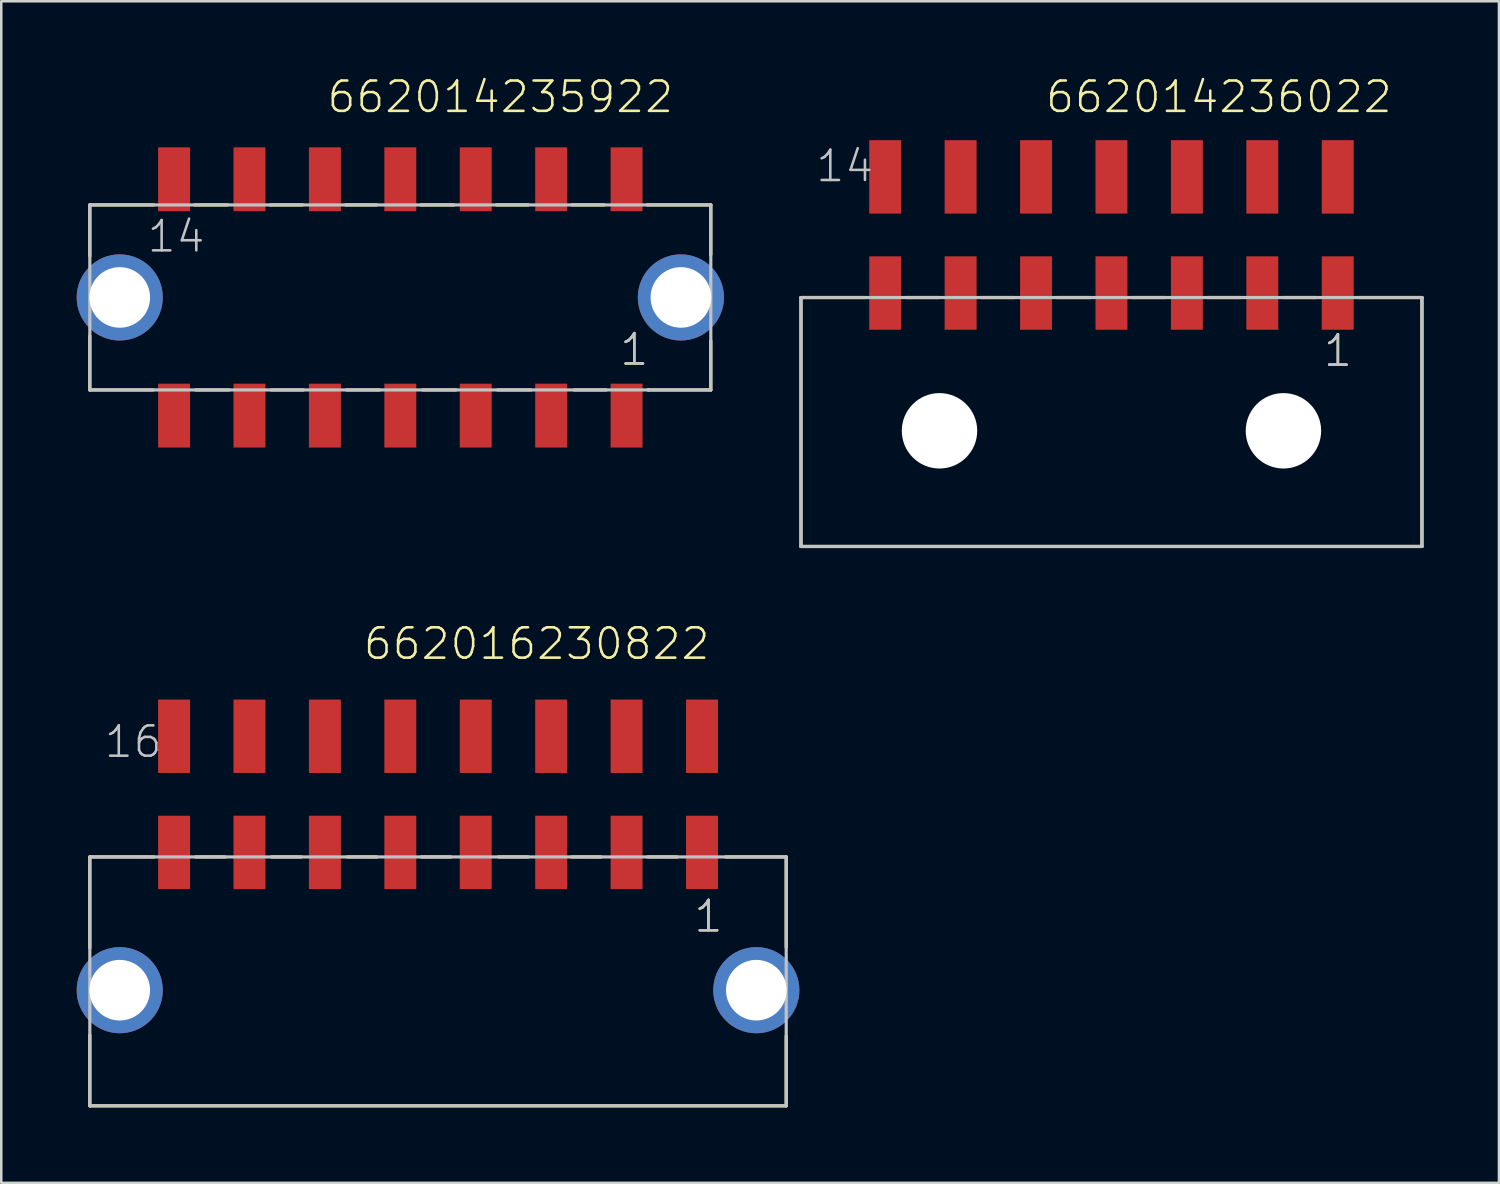
<source format=kicad_pcb>
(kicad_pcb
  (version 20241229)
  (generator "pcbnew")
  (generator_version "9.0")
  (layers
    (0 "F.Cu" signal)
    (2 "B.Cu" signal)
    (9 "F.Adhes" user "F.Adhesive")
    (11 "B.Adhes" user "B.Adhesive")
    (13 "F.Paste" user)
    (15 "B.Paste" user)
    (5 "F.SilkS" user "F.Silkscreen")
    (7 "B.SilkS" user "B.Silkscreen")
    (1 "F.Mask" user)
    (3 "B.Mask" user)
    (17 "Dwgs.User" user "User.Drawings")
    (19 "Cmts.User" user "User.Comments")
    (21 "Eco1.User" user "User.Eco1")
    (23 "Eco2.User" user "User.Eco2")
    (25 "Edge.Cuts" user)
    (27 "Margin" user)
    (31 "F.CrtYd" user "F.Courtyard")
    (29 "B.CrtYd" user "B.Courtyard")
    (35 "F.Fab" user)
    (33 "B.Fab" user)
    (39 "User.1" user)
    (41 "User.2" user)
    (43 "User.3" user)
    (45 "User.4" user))
  (footprint "662016230822"
    (layer "F.Cu")
    (at 14.373 36.336)
    (property "Reference" "662016230822" (at -3.035 -13.075 0) (layer "F.SilkS") (effects (font (size 1.206 1.206) (thickness 0.102)) (justify left bottom)))
    (attr through_hole)
    (fp_line (start -13.85 -5.3) (end -13.85 -1.68) (stroke (width 0.127) (type solid)) (layer "F.SilkS"))
    (fp_line (start -13.85 1.79) (end -13.85 4.6) (stroke (width 0.127) (type solid)) (layer "F.SilkS"))
    (fp_line (start -13.85 4.6) (end 13.85 4.6) (stroke (width 0.127) (type solid)) (layer "F.SilkS"))
    (fp_line (start -11.3 -5.3) (end -13.85 -5.3) (stroke (width 0.127) (type solid)) (layer "F.SilkS"))
    (fp_line (start -9.64 -5.3) (end -8.46 -5.3) (stroke (width 0.127) (type solid)) (layer "F.SilkS"))
    (fp_line (start -6.62 -5.3) (end -5.44 -5.3) (stroke (width 0.127) (type solid)) (layer "F.SilkS"))
    (fp_line (start -3.61 -5.3) (end -2.43 -5.3) (stroke (width 0.127) (type solid)) (layer "F.SilkS"))
    (fp_line (start -0.67 -5.3) (end 0.51 -5.3) (stroke (width 0.127) (type solid)) (layer "F.SilkS"))
    (fp_line (start 2.41 -5.3) (end 3.59 -5.3) (stroke (width 0.127) (type solid)) (layer "F.SilkS"))
    (fp_line (start 5.31 -5.3) (end 6.49 -5.3) (stroke (width 0.127) (type solid)) (layer "F.SilkS"))
    (fp_line (start 8.34 -5.3) (end 9.52 -5.3) (stroke (width 0.127) (type solid)) (layer "F.SilkS"))
    (fp_line (start 11.44 -5.3) (end 13.85 -5.3) (stroke (width 0.127) (type solid)) (layer "F.SilkS"))
    (fp_line (start 13.85 -5.3) (end 13.85 -1.71) (stroke (width 0.127) (type solid)) (layer "F.SilkS"))
    (fp_line (start 13.85 4.6) (end 13.85 1.82) (stroke (width 0.127) (type solid)) (layer "F.SilkS"))
    (fp_line (start -13.85 -5.3) (end 13.85 -5.3) (stroke (width 0.127) (type solid)) (layer "Dwgs.User"))
    (fp_line (start -13.85 4.6) (end -13.85 -5.3) (stroke (width 0.127) (type solid)) (layer "Dwgs.User"))
    (fp_line (start 13.85 -5.3) (end 13.85 4.6) (stroke (width 0.127) (type solid)) (layer "Dwgs.User"))
    (fp_line (start 13.85 4.6) (end -13.85 4.6) (stroke (width 0.127) (type solid)) (layer "Dwgs.User"))
    (fp_text user "1" (at 10.115 -2.23 0) (layer "F.SilkS") (effects (font (size 1.206 1.206) (thickness 0.102)) (justify left bottom)))
    (fp_text user "1" (at 10.115 -2.23 0) (layer "Dwgs.User") (effects (font (size 1.206 1.206) (thickness 0.102)) (justify left bottom)))
    (fp_text user "16" (at -13.34 -9.175 0) (layer "Dwgs.User") (effects (font (size 1.206 1.206) (thickness 0.102)) (justify left bottom)))
    (pad "1" smd rect (at 10.5 -5.48 90) (size 2.92 1.27) (layers "F.Cu" "F.Mask" "F.Paste"))
    (pad "2" smd rect (at 7.5 -5.48 90) (size 2.92 1.27) (layers "F.Cu" "F.Mask" "F.Paste"))
    (pad "3" smd rect (at 4.5 -5.48 90) (size 2.92 1.27) (layers "F.Cu" "F.Mask" "F.Paste"))
    (pad "4" smd rect (at 1.5 -5.48 90) (size 2.92 1.27) (layers "F.Cu" "F.Mask" "F.Paste"))
    (pad "5" smd rect (at -1.5 -5.48 90) (size 2.92 1.27) (layers "F.Cu" "F.Mask" "F.Paste"))
    (pad "6" smd rect (at -4.5 -5.48 90) (size 2.92 1.27) (layers "F.Cu" "F.Mask" "F.Paste"))
    (pad "7" smd rect (at -7.5 -5.48 90) (size 2.92 1.27) (layers "F.Cu" "F.Mask" "F.Paste"))
    (pad "8" smd rect (at -10.5 -5.48 90) (size 2.92 1.27) (layers "F.Cu" "F.Mask" "F.Paste"))
    (pad "9" smd rect (at 10.5 -10.1 90) (size 2.92 1.27) (layers "F.Cu" "F.Mask" "F.Paste"))
    (pad "10" smd rect (at 7.5 -10.1 90) (size 2.92 1.27) (layers "F.Cu" "F.Mask" "F.Paste"))
    (pad "11" smd rect (at 4.5 -10.1 90) (size 2.92 1.27) (layers "F.Cu" "F.Mask" "F.Paste"))
    (pad "12" smd rect (at 1.5 -10.1 90) (size 2.92 1.27) (layers "F.Cu" "F.Mask" "F.Paste"))
    (pad "13" smd rect (at -1.5 -10.1 90) (size 2.92 1.27) (layers "F.Cu" "F.Mask" "F.Paste"))
    (pad "14" smd rect (at -4.5 -10.1 90) (size 2.92 1.27) (layers "F.Cu" "F.Mask" "F.Paste"))
    (pad "15" smd rect (at -7.5 -10.1 90) (size 2.92 1.27) (layers "F.Cu" "F.Mask" "F.Paste"))
    (pad "16" smd rect (at -10.5 -10.1 90) (size 2.92 1.27) (layers "F.Cu" "F.Mask" "F.Paste"))
    (pad "Z1" thru_hole circle (at -12.66 0) (size 3.426 3.426) (drill 2.41) (layers "*.Cu" "*.Mask"))
    (pad "Z2" thru_hole circle (at 12.66 0 90) (size 3.426 3.426) (drill 2.41) (layers "*.Cu" "*.Mask")))
  (footprint "662014235922"
    (layer "F.Cu")
    (at 12.873 8.781)
    (property "Reference" "662014235922" (at -2.98 -7.27 0) (layer "F.SilkS") (effects (font (size 1.206 1.206) (thickness 0.102)) (justify left bottom)))
    (attr through_hole)
    (fp_line (start -12.35 -3.68) (end -12.35 -1.65) (stroke (width 0.127) (type solid)) (layer "F.SilkS"))
    (fp_line (start -12.35 3.68) (end -12.35 1.53) (stroke (width 0.127) (type solid)) (layer "F.SilkS"))
    (fp_line (start -9.83 3.68) (end -12.35 3.68) (stroke (width 0.127) (type solid)) (layer "F.SilkS"))
    (fp_line (start -9.81 -3.68) (end -12.35 -3.68) (stroke (width 0.127) (type solid)) (layer "F.SilkS"))
    (fp_line (start -8.18 -3.68) (end -6.87 -3.68) (stroke (width 0.127) (type solid)) (layer "F.SilkS"))
    (fp_line (start -6.82 3.68) (end -8.14 3.68) (stroke (width 0.127) (type solid)) (layer "F.SilkS"))
    (fp_line (start -5.18 -3.68) (end -3.89 -3.68) (stroke (width 0.127) (type solid)) (layer "F.SilkS"))
    (fp_line (start -3.86 3.68) (end -5.14 3.68) (stroke (width 0.127) (type solid)) (layer "F.SilkS"))
    (fp_line (start -2.18 -3.68) (end -0.94 -3.68) (stroke (width 0.127) (type solid)) (layer "F.SilkS"))
    (fp_line (start -0.83 3.68) (end -2.14 3.68) (stroke (width 0.127) (type solid)) (layer "F.SilkS"))
    (fp_line (start 0.81 -3.68) (end 2.13 -3.68) (stroke (width 0.127) (type solid)) (layer "F.SilkS"))
    (fp_line (start 2.22 3.68) (end 0.89 3.68) (stroke (width 0.127) (type solid)) (layer "F.SilkS"))
    (fp_line (start 3.82 -3.68) (end 5.09 -3.68) (stroke (width 0.127) (type solid)) (layer "F.SilkS"))
    (fp_line (start 5.2 3.68) (end 3.87 3.68) (stroke (width 0.127) (type solid)) (layer "F.SilkS"))
    (fp_line (start 6.82 -3.68) (end 8.11 -3.68) (stroke (width 0.127) (type solid)) (layer "F.SilkS"))
    (fp_line (start 8.19 3.68) (end 6.91 3.68) (stroke (width 0.127) (type solid)) (layer "F.SilkS"))
    (fp_line (start 9.82 -3.68) (end 12.35 -3.68) (stroke (width 0.127) (type solid)) (layer "F.SilkS"))
    (fp_line (start 9.86 3.68) (end 9.86 3.67) (stroke (width 0.127) (type solid)) (layer "F.SilkS"))
    (fp_line (start 12.35 -3.68) (end 12.35 -1.7) (stroke (width 0.127) (type solid)) (layer "F.SilkS"))
    (fp_line (start 12.35 1.73) (end 12.35 3.68) (stroke (width 0.127) (type solid)) (layer "F.SilkS"))
    (fp_line (start 12.35 3.68) (end 9.86 3.68) (stroke (width 0.127) (type solid)) (layer "F.SilkS"))
    (fp_line (start -12.35 -3.68) (end 12.35 -3.68) (stroke (width 0.127) (type solid)) (layer "Dwgs.User"))
    (fp_line (start -12.35 3.68) (end -12.35 -3.68) (stroke (width 0.127) (type solid)) (layer "Dwgs.User"))
    (fp_line (start 12.35 -3.68) (end 12.35 3.68) (stroke (width 0.127) (type solid)) (layer "Dwgs.User"))
    (fp_line (start 12.35 3.68) (end -12.35 3.68) (stroke (width 0.127) (type solid)) (layer "Dwgs.User"))
    (fp_text user "1" (at 8.665 2.78 0) (layer "F.SilkS") (effects (font (size 1.206 1.206) (thickness 0.102)) (justify left bottom)))
    (fp_text user "14" (at -10.135 -1.72 0) (layer "Dwgs.User") (effects (font (size 1.206 1.206) (thickness 0.102)) (justify left bottom)))
    (fp_text user "1" (at 8.665 2.78 0) (layer "Dwgs.User") (effects (font (size 1.206 1.206) (thickness 0.102)) (justify left bottom)))
    (pad "1" smd rect (at 9 4.7 90) (size 2.54 1.27) (layers "F.Cu" "F.Mask" "F.Paste"))
    (pad "2" smd rect (at 6 4.7 90) (size 2.54 1.27) (layers "F.Cu" "F.Mask" "F.Paste"))
    (pad "3" smd rect (at 3 4.7 90) (size 2.54 1.27) (layers "F.Cu" "F.Mask" "F.Paste"))
    (pad "4" smd rect (at 0 4.7 90) (size 2.54 1.27) (layers "F.Cu" "F.Mask" "F.Paste"))
    (pad "5" smd rect (at -3 4.7 90) (size 2.54 1.27) (layers "F.Cu" "F.Mask" "F.Paste"))
    (pad "6" smd rect (at -6 4.7 90) (size 2.54 1.27) (layers "F.Cu" "F.Mask" "F.Paste"))
    (pad "7" smd rect (at -9 4.7 90) (size 2.54 1.27) (layers "F.Cu" "F.Mask" "F.Paste"))
    (pad "8" smd rect (at 9 -4.7 90) (size 2.54 1.27) (layers "F.Cu" "F.Mask" "F.Paste"))
    (pad "9" smd rect (at 6 -4.7 90) (size 2.54 1.27) (layers "F.Cu" "F.Mask" "F.Paste"))
    (pad "10" smd rect (at 3 -4.7 90) (size 2.54 1.27) (layers "F.Cu" "F.Mask" "F.Paste"))
    (pad "11" smd rect (at 0 -4.7 90) (size 2.54 1.27) (layers "F.Cu" "F.Mask" "F.Paste"))
    (pad "12" smd rect (at -3 -4.7 90) (size 2.54 1.27) (layers "F.Cu" "F.Mask" "F.Paste"))
    (pad "13" smd rect (at -6 -4.7 90) (size 2.54 1.27) (layers "F.Cu" "F.Mask" "F.Paste"))
    (pad "14" smd rect (at -9 -4.7 90) (size 2.54 1.27) (layers "F.Cu" "F.Mask" "F.Paste"))
    (pad "Z1" thru_hole circle (at -11.16 0) (size 3.426 3.426) (drill 2.41) (layers "*.Cu" "*.Mask"))
    (pad "Z2" thru_hole circle (at 11.16 0) (size 3.426 3.426) (drill 2.41) (layers "*.Cu" "*.Mask")))
  (footprint "662014236022"
    (layer "F.Cu")
    (at 41.16 14.086)
    (property "Reference" "662014236022" (at -2.685 -12.575 0) (layer "F.SilkS") (effects (font (size 1.206 1.206) (thickness 0.102)) (justify left bottom)))
    (attr through_hole)
    (fp_line (start -12.35 -5.3) (end -12.35 4.6) (stroke (width 0.127) (type solid)) (layer "F.SilkS"))
    (fp_line (start -12.35 4.6) (end 12.35 4.6) (stroke (width 0.127) (type solid)) (layer "F.SilkS"))
    (fp_line (start -9.8 -5.3) (end -12.35 -5.3) (stroke (width 0.127) (type solid)) (layer "F.SilkS"))
    (fp_line (start -8.17 -5.3) (end -6.86 -5.3) (stroke (width 0.127) (type solid)) (layer "F.SilkS"))
    (fp_line (start -5.17 -5.3) (end -3.86 -5.3) (stroke (width 0.127) (type solid)) (layer "F.SilkS"))
    (fp_line (start -2.17 -5.3) (end -0.86 -5.3) (stroke (width 0.127) (type solid)) (layer "F.SilkS"))
    (fp_line (start 0.82 -5.3) (end 2.13 -5.3) (stroke (width 0.127) (type solid)) (layer "F.SilkS"))
    (fp_line (start 3.82 -5.3) (end 5.13 -5.3) (stroke (width 0.127) (type solid)) (layer "F.SilkS"))
    (fp_line (start 6.82 -5.3) (end 8.13 -5.3) (stroke (width 0.127) (type solid)) (layer "F.SilkS"))
    (fp_line (start 9.83 -5.3) (end 12.35 -5.3) (stroke (width 0.127) (type solid)) (layer "F.SilkS"))
    (fp_line (start 12.35 4.6) (end 12.35 -5.3) (stroke (width 0.127) (type solid)) (layer "F.SilkS"))
    (fp_line (start -12.35 -5.3) (end 12.35 -5.3) (stroke (width 0.127) (type solid)) (layer "Dwgs.User"))
    (fp_line (start -12.35 4.6) (end -12.35 -5.3) (stroke (width 0.127) (type solid)) (layer "Dwgs.User"))
    (fp_line (start 12.35 -5.3) (end 12.35 4.6) (stroke (width 0.127) (type solid)) (layer "Dwgs.User"))
    (fp_line (start 12.35 4.6) (end -12.35 4.6) (stroke (width 0.127) (type solid)) (layer "Dwgs.User"))
    (fp_text user "1" (at 8.365 -2.48 0) (layer "F.SilkS") (effects (font (size 1.206 1.206) (thickness 0.102)) (justify left bottom)))
    (fp_text user "14" (at -11.825 -9.825 0) (layer "Dwgs.User") (effects (font (size 1.206 1.206) (thickness 0.102)) (justify left bottom)))
    (fp_text user "1" (at 8.365 -2.48 0) (layer "Dwgs.User") (effects (font (size 1.206 1.206) (thickness 0.102)) (justify left bottom)))
    (pad "" np_thru_hole circle (at -6.84 0) (size 3 3) (drill 3) (layers "*.Cu"))
    (pad "" np_thru_hole circle (at 6.84 0) (size 3 3) (drill 3) (layers "*.Cu"))
    (pad "1" smd rect (at 9 -5.48 90) (size 2.92 1.27) (layers "F.Cu" "F.Mask" "F.Paste"))
    (pad "2" smd rect (at 6 -5.48 90) (size 2.92 1.27) (layers "F.Cu" "F.Mask" "F.Paste"))
    (pad "3" smd rect (at 3 -5.48 90) (size 2.92 1.27) (layers "F.Cu" "F.Mask" "F.Paste"))
    (pad "4" smd rect (at 0 -5.48 90) (size 2.92 1.27) (layers "F.Cu" "F.Mask" "F.Paste"))
    (pad "5" smd rect (at -3 -5.48 90) (size 2.92 1.27) (layers "F.Cu" "F.Mask" "F.Paste"))
    (pad "6" smd rect (at -6 -5.48 90) (size 2.92 1.27) (layers "F.Cu" "F.Mask" "F.Paste"))
    (pad "7" smd rect (at -9 -5.48 90) (size 2.92 1.27) (layers "F.Cu" "F.Mask" "F.Paste"))
    (pad "8" smd rect (at 9 -10.1 90) (size 2.92 1.27) (layers "F.Cu" "F.Mask" "F.Paste"))
    (pad "9" smd rect (at 6 -10.1 90) (size 2.92 1.27) (layers "F.Cu" "F.Mask" "F.Paste"))
    (pad "10" smd rect (at 3 -10.1 90) (size 2.92 1.27) (layers "F.Cu" "F.Mask" "F.Paste"))
    (pad "11" smd rect (at 0 -10.1 90) (size 2.92 1.27) (layers "F.Cu" "F.Mask" "F.Paste"))
    (pad "12" smd rect (at -3 -10.1 90) (size 2.92 1.27) (layers "F.Cu" "F.Mask" "F.Paste"))
    (pad "13" smd rect (at -6 -10.1 90) (size 2.92 1.27) (layers "F.Cu" "F.Mask" "F.Paste"))
    (pad "14" smd rect (at -9 -10.1 90) (size 2.92 1.27) (layers "F.Cu" "F.Mask" "F.Paste")))
  (gr_rect
    (start -3 -3)
    (end 56.573 44)
    (stroke (width 0.1) (type default))
    (fill no)
    (layer "Edge.Cuts")))
</source>
